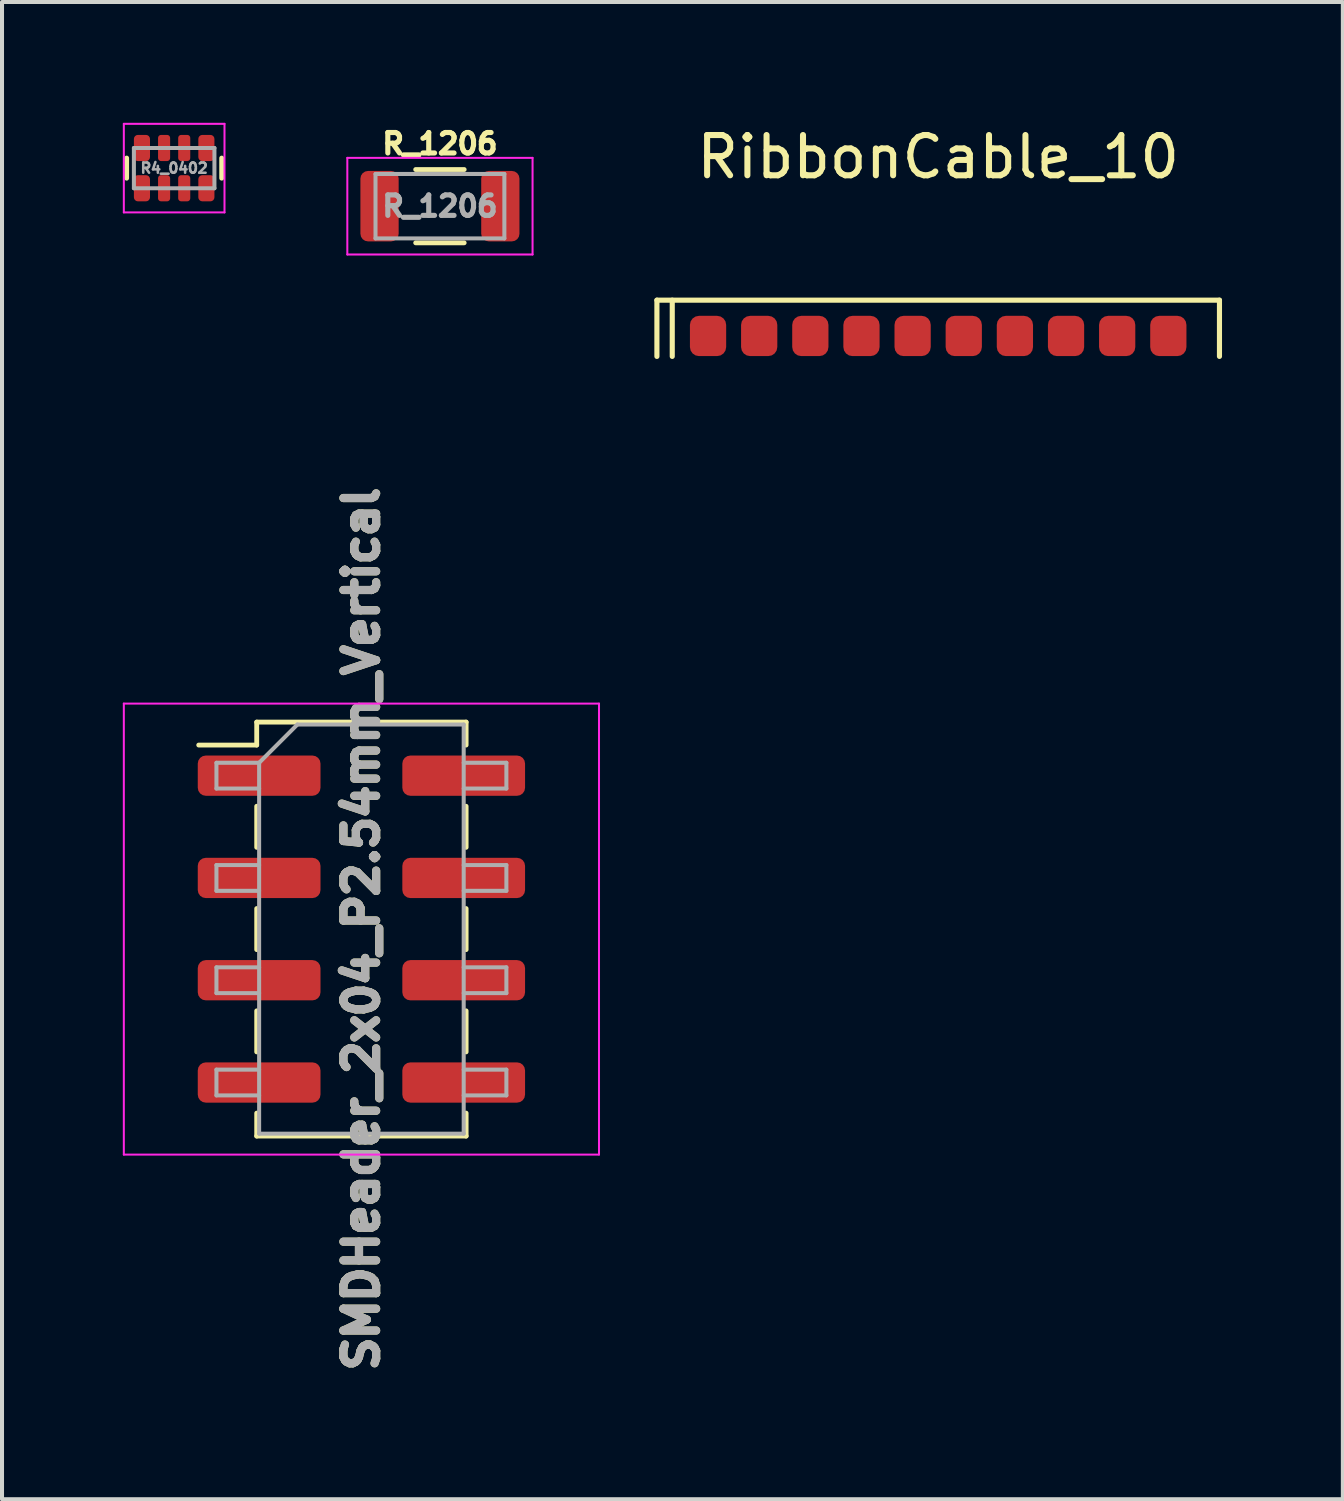
<source format=kicad_pcb>
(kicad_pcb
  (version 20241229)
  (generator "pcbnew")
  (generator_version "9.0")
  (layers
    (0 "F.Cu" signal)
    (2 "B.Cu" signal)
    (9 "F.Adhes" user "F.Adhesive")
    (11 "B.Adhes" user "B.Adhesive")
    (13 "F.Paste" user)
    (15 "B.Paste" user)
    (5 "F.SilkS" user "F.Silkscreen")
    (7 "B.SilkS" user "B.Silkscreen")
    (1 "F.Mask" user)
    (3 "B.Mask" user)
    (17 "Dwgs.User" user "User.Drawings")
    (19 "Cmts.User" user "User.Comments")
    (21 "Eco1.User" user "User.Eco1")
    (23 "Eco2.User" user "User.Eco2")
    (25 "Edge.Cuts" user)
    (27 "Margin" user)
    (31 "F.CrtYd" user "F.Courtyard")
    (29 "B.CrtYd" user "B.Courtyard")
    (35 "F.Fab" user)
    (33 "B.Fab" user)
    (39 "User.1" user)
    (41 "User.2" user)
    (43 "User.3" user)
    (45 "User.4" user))
  (footprint "R4_0402"
    (layer "F.Cu")
    (at 1.275 1.125)
    (property "Reference" "R4_0402" (at 0 0 180) (layer "F.Fab") (effects (font (size 0.254 0.254) (thickness 0.064))))
    (attr smd)
    (fp_line (start -1.18 -0.25) (end -1.18 0.25) (stroke (width 0.12) (type solid)) (layer "F.SilkS"))
    (fp_line (start 1.18 -0.25) (end 1.18 0.25) (stroke (width 0.12) (type solid)) (layer "F.SilkS"))
    (fp_line (start -1.25 1.1) (end -1.25 -1.1) (stroke (width 0.05) (type solid)) (layer "F.CrtYd"))
    (fp_line (start -1.25 1.1) (end 1.25 1.1) (stroke (width 0.05) (type solid)) (layer "F.CrtYd"))
    (fp_line (start 1.25 -1.1) (end -1.25 -1.1) (stroke (width 0.05) (type solid)) (layer "F.CrtYd"))
    (fp_line (start 1.25 -1.1) (end 1.25 1.1) (stroke (width 0.05) (type solid)) (layer "F.CrtYd"))
    (fp_line (start -1 -0.5) (end 1 -0.5) (stroke (width 0.1) (type solid)) (layer "F.Fab"))
    (fp_line (start -1 0.5) (end -1 -0.5) (stroke (width 0.1) (type solid)) (layer "F.Fab"))
    (fp_line (start 1 -0.5) (end 1 0.5) (stroke (width 0.1) (type solid)) (layer "F.Fab"))
    (fp_line (start 1 0.5) (end -1 0.5) (stroke (width 0.1) (type solid)) (layer "F.Fab"))
    (pad "1" smd roundrect (at -0.8 0.5 90) (size 0.65 0.4) (layers "F.Cu" "F.Mask" "F.Paste") (roundrect_rratio 0.25))
    (pad "2" smd roundrect (at -0.25 0.5 90) (size 0.65 0.3) (layers "F.Cu" "F.Mask" "F.Paste") (roundrect_rratio 0.25))
    (pad "3" smd roundrect (at 0.25 0.5 90) (size 0.65 0.3) (layers "F.Cu" "F.Mask" "F.Paste") (roundrect_rratio 0.25))
    (pad "4" smd roundrect (at 0.8 0.5 90) (size 0.65 0.4) (layers "F.Cu" "F.Mask" "F.Paste") (roundrect_rratio 0.25))
    (pad "5" smd roundrect (at 0.8 -0.5 90) (size 0.65 0.4) (layers "F.Cu" "F.Mask" "F.Paste") (roundrect_rratio 0.25))
    (pad "6" smd roundrect (at 0.25 -0.5 90) (size 0.65 0.3) (layers "F.Cu" "F.Mask" "F.Paste") (roundrect_rratio 0.25))
    (pad "7" smd roundrect (at -0.25 -0.5 90) (size 0.65 0.3) (layers "F.Cu" "F.Mask" "F.Paste") (roundrect_rratio 0.25))
    (pad "8" smd roundrect (at -0.8 -0.5 90) (size 0.65 0.4) (layers "F.Cu" "F.Mask" "F.Paste") (roundrect_rratio 0.25)))
  (footprint "SMDHeader_2x04_P2.54mm_Vertical"
    (layer "F.Cu")
    (at 5.925 20.022)
    (property "Reference" "SMDHeader_2x04_P2.54mm_Vertical" (at 0 0 270) (layer "F.Fab") (effects (font (size 0.813 0.813) (thickness 0.203))))
    (attr smd)
    (fp_line (start -4.04 -4.57) (end -2.6 -4.57) (stroke (width 0.12) (type solid)) (layer "F.SilkS"))
    (fp_line (start -2.6 -5.14) (end -2.6 -4.57) (stroke (width 0.12) (type solid)) (layer "F.SilkS"))
    (fp_line (start -2.6 -5.14) (end 2.6 -5.14) (stroke (width 0.12) (type solid)) (layer "F.SilkS"))
    (fp_line (start -2.6 -3.05) (end -2.6 -2.03) (stroke (width 0.12) (type solid)) (layer "F.SilkS"))
    (fp_line (start -2.6 -0.51) (end -2.6 0.51) (stroke (width 0.12) (type solid)) (layer "F.SilkS"))
    (fp_line (start -2.6 2.03) (end -2.6 3.05) (stroke (width 0.12) (type solid)) (layer "F.SilkS"))
    (fp_line (start -2.6 4.57) (end -2.6 5.14) (stroke (width 0.12) (type solid)) (layer "F.SilkS"))
    (fp_line (start -2.6 5.14) (end 2.6 5.14) (stroke (width 0.12) (type solid)) (layer "F.SilkS"))
    (fp_line (start 2.6 -5.14) (end 2.6 -4.57) (stroke (width 0.12) (type solid)) (layer "F.SilkS"))
    (fp_line (start 2.6 -3.05) (end 2.6 -2.03) (stroke (width 0.12) (type solid)) (layer "F.SilkS"))
    (fp_line (start 2.6 -0.51) (end 2.6 0.51) (stroke (width 0.12) (type solid)) (layer "F.SilkS"))
    (fp_line (start 2.6 2.03) (end 2.6 3.05) (stroke (width 0.12) (type solid)) (layer "F.SilkS"))
    (fp_line (start 2.6 4.57) (end 2.6 5.14) (stroke (width 0.12) (type solid)) (layer "F.SilkS"))
    (fp_line (start -5.9 -5.6) (end -5.9 5.6) (stroke (width 0.05) (type solid)) (layer "F.CrtYd"))
    (fp_line (start -5.9 5.6) (end 5.9 5.6) (stroke (width 0.05) (type solid)) (layer "F.CrtYd"))
    (fp_line (start 5.9 -5.6) (end -5.9 -5.6) (stroke (width 0.05) (type solid)) (layer "F.CrtYd"))
    (fp_line (start 5.9 5.6) (end 5.9 -5.6) (stroke (width 0.05) (type solid)) (layer "F.CrtYd"))
    (fp_line (start -3.6 -4.13) (end -3.6 -3.49) (stroke (width 0.1) (type solid)) (layer "F.Fab"))
    (fp_line (start -3.6 -3.49) (end -2.54 -3.49) (stroke (width 0.1) (type solid)) (layer "F.Fab"))
    (fp_line (start -3.6 -1.59) (end -3.6 -0.95) (stroke (width 0.1) (type solid)) (layer "F.Fab"))
    (fp_line (start -3.6 -0.95) (end -2.54 -0.95) (stroke (width 0.1) (type solid)) (layer "F.Fab"))
    (fp_line (start -3.6 0.95) (end -3.6 1.59) (stroke (width 0.1) (type solid)) (layer "F.Fab"))
    (fp_line (start -3.6 1.59) (end -2.54 1.59) (stroke (width 0.1) (type solid)) (layer "F.Fab"))
    (fp_line (start -3.6 3.49) (end -3.6 4.13) (stroke (width 0.1) (type solid)) (layer "F.Fab"))
    (fp_line (start -3.6 4.13) (end -2.54 4.13) (stroke (width 0.1) (type solid)) (layer "F.Fab"))
    (fp_line (start -2.54 -4.13) (end -3.6 -4.13) (stroke (width 0.1) (type solid)) (layer "F.Fab"))
    (fp_line (start -2.54 -4.13) (end -1.59 -5.08) (stroke (width 0.1) (type solid)) (layer "F.Fab"))
    (fp_line (start -2.54 -1.59) (end -3.6 -1.59) (stroke (width 0.1) (type solid)) (layer "F.Fab"))
    (fp_line (start -2.54 0.95) (end -3.6 0.95) (stroke (width 0.1) (type solid)) (layer "F.Fab"))
    (fp_line (start -2.54 3.49) (end -3.6 3.49) (stroke (width 0.1) (type solid)) (layer "F.Fab"))
    (fp_line (start -2.54 5.08) (end -2.54 -4.13) (stroke (width 0.1) (type solid)) (layer "F.Fab"))
    (fp_line (start -1.59 -5.08) (end 2.54 -5.08) (stroke (width 0.1) (type solid)) (layer "F.Fab"))
    (fp_line (start 2.54 -5.08) (end 2.54 5.08) (stroke (width 0.1) (type solid)) (layer "F.Fab"))
    (fp_line (start 2.54 -4.13) (end 3.6 -4.13) (stroke (width 0.1) (type solid)) (layer "F.Fab"))
    (fp_line (start 2.54 -1.59) (end 3.6 -1.59) (stroke (width 0.1) (type solid)) (layer "F.Fab"))
    (fp_line (start 2.54 0.95) (end 3.6 0.95) (stroke (width 0.1) (type solid)) (layer "F.Fab"))
    (fp_line (start 2.54 3.49) (end 3.6 3.49) (stroke (width 0.1) (type solid)) (layer "F.Fab"))
    (fp_line (start 2.54 5.08) (end -2.54 5.08) (stroke (width 0.1) (type solid)) (layer "F.Fab"))
    (fp_line (start 3.6 -4.13) (end 3.6 -3.49) (stroke (width 0.1) (type solid)) (layer "F.Fab"))
    (fp_line (start 3.6 -3.49) (end 2.54 -3.49) (stroke (width 0.1) (type solid)) (layer "F.Fab"))
    (fp_line (start 3.6 -1.59) (end 3.6 -0.95) (stroke (width 0.1) (type solid)) (layer "F.Fab"))
    (fp_line (start 3.6 -0.95) (end 2.54 -0.95) (stroke (width 0.1) (type solid)) (layer "F.Fab"))
    (fp_line (start 3.6 0.95) (end 3.6 1.59) (stroke (width 0.1) (type solid)) (layer "F.Fab"))
    (fp_line (start 3.6 1.59) (end 2.54 1.59) (stroke (width 0.1) (type solid)) (layer "F.Fab"))
    (fp_line (start 3.6 3.49) (end 3.6 4.13) (stroke (width 0.1) (type solid)) (layer "F.Fab"))
    (fp_line (start 3.6 4.13) (end 2.54 4.13) (stroke (width 0.1) (type solid)) (layer "F.Fab"))
    (fp_text user "${REFERENCE}" (at 0 0 90) (layer "F.SilkS") (effects (font (size 0.813 0.813) (thickness 0.203))))
    (pad "1" smd roundrect (at -2.54 -3.81) (size 3.048 1) (layers "F.Cu" "F.Mask" "F.Paste") (roundrect_rratio 0.2))
    (pad "2" smd roundrect (at 2.54 -3.81) (size 3.048 1) (layers "F.Cu" "F.Mask" "F.Paste") (roundrect_rratio 0.2))
    (pad "3" smd roundrect (at -2.54 -1.27) (size 3.048 1) (layers "F.Cu" "F.Mask" "F.Paste") (roundrect_rratio 0.2))
    (pad "4" smd roundrect (at 2.54 -1.27) (size 3.048 1) (layers "F.Cu" "F.Mask" "F.Paste") (roundrect_rratio 0.2))
    (pad "5" smd roundrect (at -2.54 1.27) (size 3.048 1) (layers "F.Cu" "F.Mask" "F.Paste") (roundrect_rratio 0.2))
    (pad "6" smd roundrect (at 2.54 1.27) (size 3.048 1) (layers "F.Cu" "F.Mask" "F.Paste") (roundrect_rratio 0.2))
    (pad "7" smd roundrect (at -2.54 3.81) (size 3.048 1) (layers "F.Cu" "F.Mask" "F.Paste") (roundrect_rratio 0.2))
    (pad "8" smd roundrect (at 2.54 3.81) (size 3.048 1) (layers "F.Cu" "F.Mask" "F.Paste") (roundrect_rratio 0.2)))
  (footprint "RibbonCable_10"
    (layer "F.Cu")
    (at 20.248 5.293)
    (property "Reference" "RibbonCable_10" (at 0 -4.445 0) (layer "F.SilkS") (effects (font (size 1 1) (thickness 0.15))))
    (attr exclude_from_pos_files exclude_from_bom)
    (fp_line (start -6.985 -0.889) (end 6.985 -0.889) (stroke (width 0.127) (type solid)) (layer "F.SilkS"))
    (fp_line (start -6.985 0.508) (end -6.985 -0.889) (stroke (width 0.127) (type solid)) (layer "F.SilkS"))
    (fp_line (start -6.604 0.508) (end -6.604 -0.889) (stroke (width 0.127) (type solid)) (layer "F.SilkS"))
    (fp_line (start 6.985 -0.889) (end 6.985 0.508) (stroke (width 0.127) (type solid)) (layer "F.SilkS"))
    (pad "1" smd roundrect (at -5.715 0) (size 0.9 1) (layers "F.Cu" "F.Mask" "F.Paste") (roundrect_rratio 0.25))
    (pad "2" smd roundrect (at -4.445 0) (size 0.9 1) (layers "F.Cu" "F.Mask" "F.Paste") (roundrect_rratio 0.25))
    (pad "3" smd roundrect (at -3.175 0) (size 0.9 1) (layers "F.Cu" "F.Mask" "F.Paste") (roundrect_rratio 0.25))
    (pad "4" smd roundrect (at -1.905 0) (size 0.9 1) (layers "F.Cu" "F.Mask" "F.Paste") (roundrect_rratio 0.25))
    (pad "5" smd roundrect (at -0.635 0) (size 0.9 1) (layers "F.Cu" "F.Mask" "F.Paste") (roundrect_rratio 0.25))
    (pad "6" smd roundrect (at 0.635 0) (size 0.9 1) (layers "F.Cu" "F.Mask" "F.Paste") (roundrect_rratio 0.25))
    (pad "7" smd roundrect (at 1.905 0) (size 0.9 1) (layers "F.Cu" "F.Mask" "F.Paste") (roundrect_rratio 0.25))
    (pad "8" smd roundrect (at 3.175 0) (size 0.9 1) (layers "F.Cu" "F.Mask" "F.Paste") (roundrect_rratio 0.25))
    (pad "9" smd roundrect (at 4.445 0) (size 0.9 1) (layers "F.Cu" "F.Mask" "F.Paste") (roundrect_rratio 0.25))
    (pad "10" smd roundrect (at 5.715 0) (size 0.9 1) (layers "F.Cu" "F.Mask" "F.Paste") (roundrect_rratio 0.25)))
  (footprint "R_1206"
    (layer "F.Cu")
    (at 7.875 2.07)
    (property "Reference" "R_1206" (at 0 -1.55 0) (layer "F.SilkS") (effects (font (size 0.508 0.508) (thickness 0.127))))
    (attr smd)
    (fp_line (start -0.602 -0.91) (end 0.602 -0.91) (stroke (width 0.12) (type solid)) (layer "F.SilkS"))
    (fp_line (start -0.602 0.91) (end 0.602 0.91) (stroke (width 0.12) (type solid)) (layer "F.SilkS"))
    (fp_line (start -2.3 -1.2) (end 2.3 -1.2) (stroke (width 0.05) (type solid)) (layer "F.CrtYd"))
    (fp_line (start -2.3 1.2) (end -2.3 -1.2) (stroke (width 0.05) (type solid)) (layer "F.CrtYd"))
    (fp_line (start 2.3 -1.2) (end 2.3 1.2) (stroke (width 0.05) (type solid)) (layer "F.CrtYd"))
    (fp_line (start 2.3 1.2) (end -2.3 1.2) (stroke (width 0.05) (type solid)) (layer "F.CrtYd"))
    (fp_line (start -1.6 -0.8) (end 1.6 -0.8) (stroke (width 0.1) (type solid)) (layer "F.Fab"))
    (fp_line (start -1.6 0.8) (end -1.6 -0.8) (stroke (width 0.1) (type solid)) (layer "F.Fab"))
    (fp_line (start 1.6 -0.8) (end 1.6 0.8) (stroke (width 0.1) (type solid)) (layer "F.Fab"))
    (fp_line (start 1.6 0.8) (end -1.6 0.8) (stroke (width 0.1) (type solid)) (layer "F.Fab"))
    (fp_text user "${REFERENCE}" (at 0 0 0) (layer "F.Fab") (effects (font (size 0.508 0.508) (thickness 0.127))))
    (pad "1" smd roundrect (at -1.5 0) (size 0.95 1.75) (layers "F.Cu" "F.Mask" "F.Paste") (roundrect_rratio 0.2))
    (pad "2" smd roundrect (at 1.5 0) (size 0.95 1.75) (layers "F.Cu" "F.Mask" "F.Paste") (roundrect_rratio 0.2)))
  (gr_rect
    (start -3 -3)
    (end 30.297 34.18)
    (stroke (width 0.1) (type default))
    (fill no)
    (layer "Edge.Cuts")))
</source>
